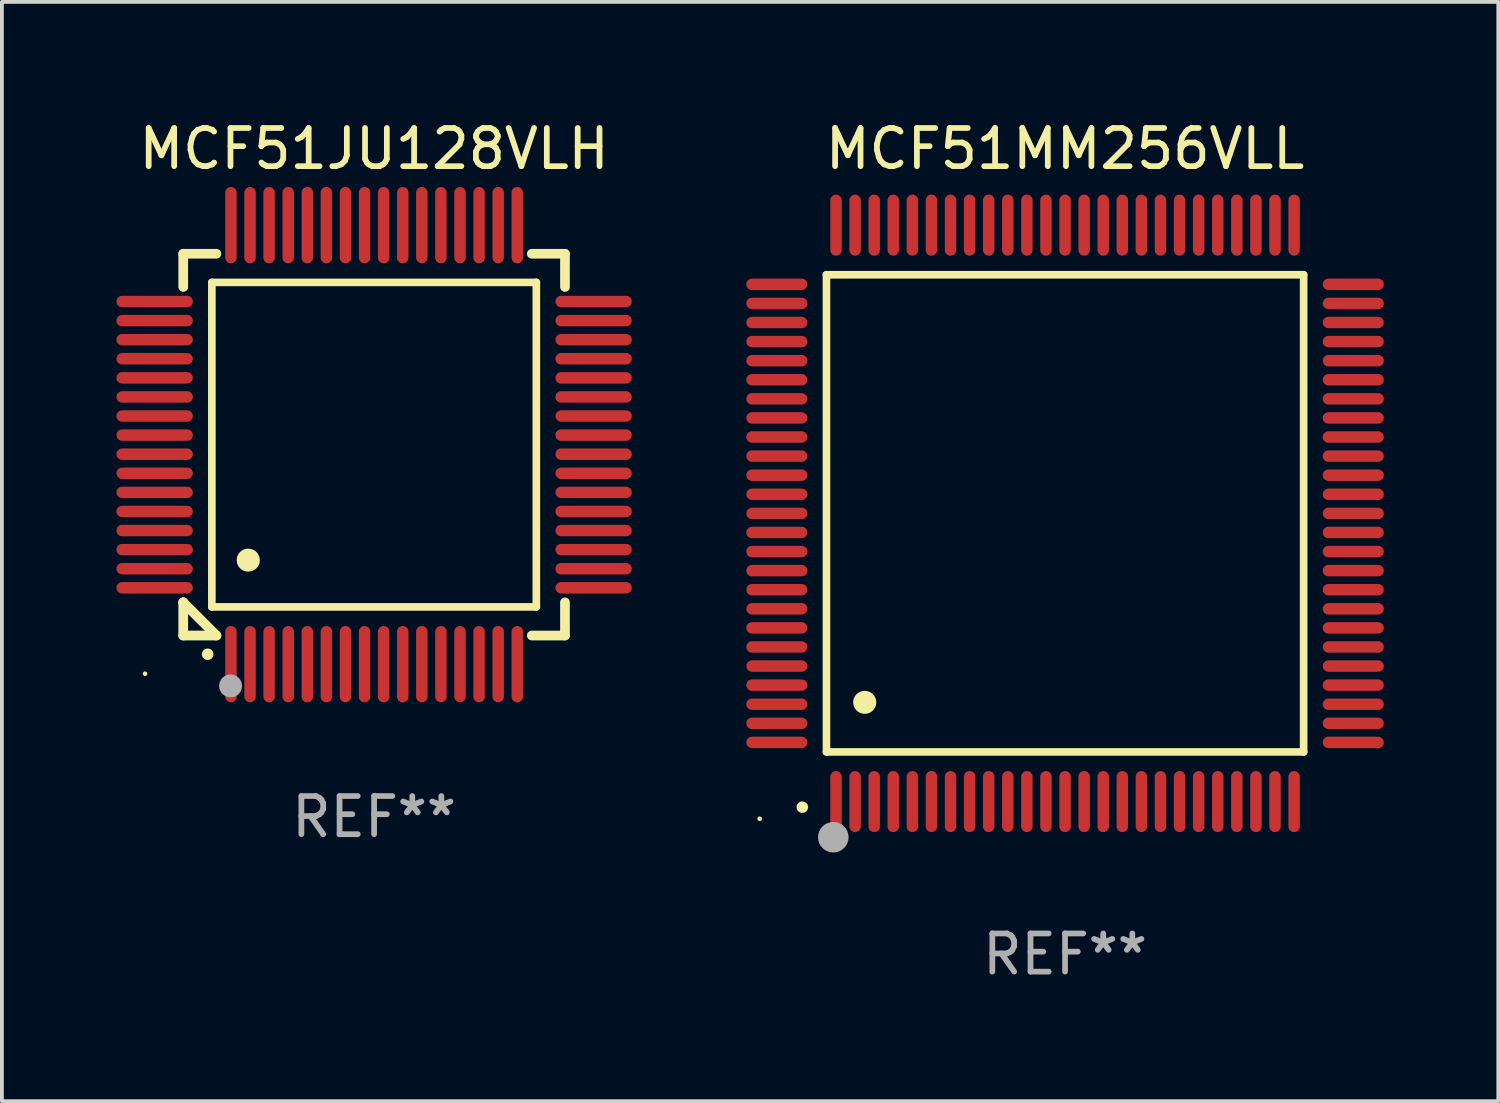
<source format=kicad_pcb>
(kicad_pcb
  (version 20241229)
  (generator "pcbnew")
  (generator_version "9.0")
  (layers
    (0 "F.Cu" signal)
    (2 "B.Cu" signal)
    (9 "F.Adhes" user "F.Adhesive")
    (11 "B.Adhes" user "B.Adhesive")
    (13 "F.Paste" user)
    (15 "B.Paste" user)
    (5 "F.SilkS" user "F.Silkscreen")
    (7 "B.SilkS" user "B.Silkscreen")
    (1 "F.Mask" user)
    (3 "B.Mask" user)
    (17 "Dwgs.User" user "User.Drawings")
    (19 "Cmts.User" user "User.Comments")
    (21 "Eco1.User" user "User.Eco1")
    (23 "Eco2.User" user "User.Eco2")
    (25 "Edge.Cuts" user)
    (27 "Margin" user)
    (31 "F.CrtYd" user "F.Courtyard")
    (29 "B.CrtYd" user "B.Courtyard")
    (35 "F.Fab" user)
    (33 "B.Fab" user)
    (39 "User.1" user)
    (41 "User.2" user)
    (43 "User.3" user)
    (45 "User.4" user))
  (footprint "MCF51JU128VLH"
    (layer "F.Cu")
    (at 6.75 8.598)
    (property "Reference" "MCF51JU128VLH" (at 0 -7.75 0) (layer "F.SilkS") (effects (font (size 1 1) (thickness 0.15))))
    (attr through_hole)
    (fp_line (start -5 -5) (end -4.131 -5) (stroke (width 0.254) (type solid)) (layer "F.SilkS"))
    (fp_line (start -5 -4.131) (end -5 -5) (stroke (width 0.254) (type solid)) (layer "F.SilkS"))
    (fp_line (start -5 4.131) (end -5 4.131) (stroke (width 0.254) (type solid)) (layer "F.SilkS"))
    (fp_line (start -5 5) (end -5 4.131) (stroke (width 0.254) (type solid)) (layer "F.SilkS"))
    (fp_line (start -5 4.131) (end -4.131 5) (stroke (width 0.254) (type solid)) (layer "F.SilkS"))
    (fp_line (start -4.25 -4.25) (end -4.25 4.25) (stroke (width 0.2) (type solid)) (layer "F.SilkS"))
    (fp_line (start -4.25 4.25) (end 4.25 4.25) (stroke (width 0.2) (type solid)) (layer "F.SilkS"))
    (fp_line (start -4.131 5) (end -5 5) (stroke (width 0.254) (type solid)) (layer "F.SilkS"))
    (fp_line (start 4.25 -4.25) (end -4.25 -4.25) (stroke (width 0.2) (type solid)) (layer "F.SilkS"))
    (fp_line (start 4.25 4.25) (end 4.25 -4.25) (stroke (width 0.2) (type solid)) (layer "F.SilkS"))
    (fp_line (start 5 -5) (end 4.131 -5) (stroke (width 0.254) (type solid)) (layer "F.SilkS"))
    (fp_line (start 5 -5) (end 5 -4.131) (stroke (width 0.254) (type solid)) (layer "F.SilkS"))
    (fp_line (start 5 4.131) (end 5 5) (stroke (width 0.254) (type solid)) (layer "F.SilkS"))
    (fp_line (start 5 5) (end 4.131 5) (stroke (width 0.254) (type solid)) (layer "F.SilkS"))
    (fp_arc (start -4.361265 5.489992) (mid -4.359995 5.489987) (end -4.358725 5.489992) (stroke (width 0.3) (type solid)) (layer "F.SilkS"))
    (fp_arc (start -3.299467 3.025146) (mid -3.296927 3.025135) (end -3.294387 3.025146) (stroke (width 0.6) (type solid)) (layer "F.SilkS"))
    (fp_circle (center -6 6) (end -5.97 6) (stroke (width 0.06) (type solid)) (fill no) (layer "F.SilkS"))
    (fp_circle (center -3.76 6.32) (end -3.61 6.32) (stroke (width 0.3) (type solid)) (fill no) (layer "F.Fab"))
    (fp_text user "REF**" (at 0 9.75 0) (layer "F.Fab") (effects (font (size 1 1) (thickness 0.15))))
    (pad "1" smd oval (at -3.75 5.75) (size 0.3 2) (layers "F.Cu" "F.Mask" "F.Paste"))
    (pad "2" smd oval (at -3.25 5.75) (size 0.3 2) (layers "F.Cu" "F.Mask" "F.Paste"))
    (pad "3" smd oval (at -2.75 5.75) (size 0.3 2) (layers "F.Cu" "F.Mask" "F.Paste"))
    (pad "4" smd oval (at -2.25 5.75) (size 0.3 2) (layers "F.Cu" "F.Mask" "F.Paste"))
    (pad "5" smd oval (at -1.75 5.75) (size 0.3 2) (layers "F.Cu" "F.Mask" "F.Paste"))
    (pad "6" smd oval (at -1.25 5.75) (size 0.3 2) (layers "F.Cu" "F.Mask" "F.Paste"))
    (pad "7" smd oval (at -0.75 5.75) (size 0.3 2) (layers "F.Cu" "F.Mask" "F.Paste"))
    (pad "8" smd oval (at -0.25 5.75) (size 0.3 2) (layers "F.Cu" "F.Mask" "F.Paste"))
    (pad "9" smd oval (at 0.25 5.75) (size 0.3 2) (layers "F.Cu" "F.Mask" "F.Paste"))
    (pad "10" smd oval (at 0.75 5.75) (size 0.3 2) (layers "F.Cu" "F.Mask" "F.Paste"))
    (pad "11" smd oval (at 1.25 5.75) (size 0.3 2) (layers "F.Cu" "F.Mask" "F.Paste"))
    (pad "12" smd oval (at 1.75 5.75) (size 0.3 2) (layers "F.Cu" "F.Mask" "F.Paste"))
    (pad "13" smd oval (at 2.25 5.75) (size 0.3 2) (layers "F.Cu" "F.Mask" "F.Paste"))
    (pad "14" smd oval (at 2.75 5.75) (size 0.3 2) (layers "F.Cu" "F.Mask" "F.Paste"))
    (pad "15" smd oval (at 3.25 5.75) (size 0.3 2) (layers "F.Cu" "F.Mask" "F.Paste"))
    (pad "16" smd oval (at 3.75 5.75) (size 0.3 2) (layers "F.Cu" "F.Mask" "F.Paste"))
    (pad "17" smd oval (at 5.75 3.75) (size 2 0.3) (layers "F.Cu" "F.Mask" "F.Paste"))
    (pad "18" smd oval (at 5.75 3.25) (size 2 0.3) (layers "F.Cu" "F.Mask" "F.Paste"))
    (pad "19" smd oval (at 5.75 2.75) (size 2 0.3) (layers "F.Cu" "F.Mask" "F.Paste"))
    (pad "20" smd oval (at 5.75 2.25) (size 2 0.3) (layers "F.Cu" "F.Mask" "F.Paste"))
    (pad "21" smd oval (at 5.75 1.75) (size 2 0.3) (layers "F.Cu" "F.Mask" "F.Paste"))
    (pad "22" smd oval (at 5.75 1.25) (size 2 0.3) (layers "F.Cu" "F.Mask" "F.Paste"))
    (pad "23" smd oval (at 5.75 0.75) (size 2 0.3) (layers "F.Cu" "F.Mask" "F.Paste"))
    (pad "24" smd oval (at 5.75 0.25) (size 2 0.3) (layers "F.Cu" "F.Mask" "F.Paste"))
    (pad "25" smd oval (at 5.75 -0.25) (size 2 0.3) (layers "F.Cu" "F.Mask" "F.Paste"))
    (pad "26" smd oval (at 5.75 -0.75) (size 2 0.3) (layers "F.Cu" "F.Mask" "F.Paste"))
    (pad "27" smd oval (at 5.75 -1.25) (size 2 0.3) (layers "F.Cu" "F.Mask" "F.Paste"))
    (pad "28" smd oval (at 5.75 -1.75) (size 2 0.3) (layers "F.Cu" "F.Mask" "F.Paste"))
    (pad "29" smd oval (at 5.75 -2.25) (size 2 0.3) (layers "F.Cu" "F.Mask" "F.Paste"))
    (pad "30" smd oval (at 5.75 -2.75) (size 2 0.3) (layers "F.Cu" "F.Mask" "F.Paste"))
    (pad "31" smd oval (at 5.75 -3.25) (size 2 0.3) (layers "F.Cu" "F.Mask" "F.Paste"))
    (pad "32" smd oval (at 5.75 -3.75) (size 2 0.3) (layers "F.Cu" "F.Mask" "F.Paste"))
    (pad "33" smd oval (at 3.75 -5.75) (size 0.3 2) (layers "F.Cu" "F.Mask" "F.Paste"))
    (pad "34" smd oval (at 3.25 -5.75) (size 0.3 2) (layers "F.Cu" "F.Mask" "F.Paste"))
    (pad "35" smd oval (at 2.75 -5.75) (size 0.3 2) (layers "F.Cu" "F.Mask" "F.Paste"))
    (pad "36" smd oval (at 2.25 -5.75) (size 0.3 2) (layers "F.Cu" "F.Mask" "F.Paste"))
    (pad "37" smd oval (at 1.75 -5.75) (size 0.3 2) (layers "F.Cu" "F.Mask" "F.Paste"))
    (pad "38" smd oval (at 1.25 -5.75) (size 0.3 2) (layers "F.Cu" "F.Mask" "F.Paste"))
    (pad "39" smd oval (at 0.75 -5.75) (size 0.3 2) (layers "F.Cu" "F.Mask" "F.Paste"))
    (pad "40" smd oval (at 0.25 -5.75) (size 0.3 2) (layers "F.Cu" "F.Mask" "F.Paste"))
    (pad "41" smd oval (at -0.25 -5.75) (size 0.3 2) (layers "F.Cu" "F.Mask" "F.Paste"))
    (pad "42" smd oval (at -0.75 -5.75) (size 0.3 2) (layers "F.Cu" "F.Mask" "F.Paste"))
    (pad "43" smd oval (at -1.25 -5.75) (size 0.3 2) (layers "F.Cu" "F.Mask" "F.Paste"))
    (pad "44" smd oval (at -1.75 -5.75) (size 0.3 2) (layers "F.Cu" "F.Mask" "F.Paste"))
    (pad "45" smd oval (at -2.25 -5.75) (size 0.3 2) (layers "F.Cu" "F.Mask" "F.Paste"))
    (pad "46" smd oval (at -2.75 -5.75) (size 0.3 2) (layers "F.Cu" "F.Mask" "F.Paste"))
    (pad "47" smd oval (at -3.25 -5.75) (size 0.3 2) (layers "F.Cu" "F.Mask" "F.Paste"))
    (pad "48" smd oval (at -3.75 -5.75) (size 0.3 2) (layers "F.Cu" "F.Mask" "F.Paste"))
    (pad "49" smd oval (at -5.75 -3.75) (size 2 0.3) (layers "F.Cu" "F.Mask" "F.Paste"))
    (pad "50" smd oval (at -5.75 -3.25) (size 2 0.3) (layers "F.Cu" "F.Mask" "F.Paste"))
    (pad "51" smd oval (at -5.75 -2.75) (size 2 0.3) (layers "F.Cu" "F.Mask" "F.Paste"))
    (pad "52" smd oval (at -5.75 -2.25) (size 2 0.3) (layers "F.Cu" "F.Mask" "F.Paste"))
    (pad "53" smd oval (at -5.75 -1.75) (size 2 0.3) (layers "F.Cu" "F.Mask" "F.Paste"))
    (pad "54" smd oval (at -5.75 -1.25) (size 2 0.3) (layers "F.Cu" "F.Mask" "F.Paste"))
    (pad "55" smd oval (at -5.75 -0.75) (size 2 0.3) (layers "F.Cu" "F.Mask" "F.Paste"))
    (pad "56" smd oval (at -5.75 -0.25) (size 2 0.3) (layers "F.Cu" "F.Mask" "F.Paste"))
    (pad "57" smd oval (at -5.75 0.25) (size 2 0.3) (layers "F.Cu" "F.Mask" "F.Paste"))
    (pad "58" smd oval (at -5.75 0.75) (size 2 0.3) (layers "F.Cu" "F.Mask" "F.Paste"))
    (pad "59" smd oval (at -5.75 1.25) (size 2 0.3) (layers "F.Cu" "F.Mask" "F.Paste"))
    (pad "60" smd oval (at -5.75 1.75) (size 2 0.3) (layers "F.Cu" "F.Mask" "F.Paste"))
    (pad "61" smd oval (at -5.75 2.25) (size 2 0.3) (layers "F.Cu" "F.Mask" "F.Paste"))
    (pad "62" smd oval (at -5.75 2.75) (size 2 0.3) (layers "F.Cu" "F.Mask" "F.Paste"))
    (pad "63" smd oval (at -5.75 3.25) (size 2 0.3) (layers "F.Cu" "F.Mask" "F.Paste"))
    (pad "64" smd oval (at -5.75 3.75) (size 2 0.3) (layers "F.Cu" "F.Mask" "F.Paste")))
  (footprint "MCF51MM256VLL"
    (layer "F.Cu")
    (at 24.85 10.398)
    (property "Reference" "MCF51MM256VLL" (at 0 -9.55 0) (layer "F.SilkS") (effects (font (size 1 1) (thickness 0.15))))
    (attr through_hole)
    (fp_line (start -6.25 -6.25) (end -6.25 6.25) (stroke (width 0.2) (type solid)) (layer "F.SilkS"))
    (fp_line (start -6.25 6.25) (end 6.25 6.25) (stroke (width 0.2) (type solid)) (layer "F.SilkS"))
    (fp_line (start 6.25 -6.25) (end -6.25 -6.25) (stroke (width 0.2) (type solid)) (layer "F.SilkS"))
    (fp_line (start 6.25 6.25) (end 6.25 -6.25) (stroke (width 0.2) (type solid)) (layer "F.SilkS"))
    (fp_arc (start -6.883414 7.696215) (mid -6.882144 7.69621) (end -6.880874 7.696215) (stroke (width 0.3) (type solid)) (layer "F.SilkS"))
    (fp_arc (start -5.250191 4.95047) (mid -5.247651 4.950459) (end -5.245111 4.95047) (stroke (width 0.6) (type solid)) (layer "F.SilkS"))
    (fp_circle (center -8 8) (end -7.97 8) (stroke (width 0.06) (type solid)) (fill no) (layer "F.SilkS"))
    (fp_circle (center -6.071 8.484) (end -5.871 8.484) (stroke (width 0.4) (type solid)) (fill no) (layer "F.Fab"))
    (fp_text user "REF**" (at 0 11.55 0) (layer "F.Fab") (effects (font (size 1 1) (thickness 0.15))))
    (pad "1" smd oval (at -6 7.55) (size 0.3 1.6) (layers "F.Cu" "F.Mask" "F.Paste"))
    (pad "2" smd oval (at -5.5 7.55) (size 0.3 1.6) (layers "F.Cu" "F.Mask" "F.Paste"))
    (pad "3" smd oval (at -5 7.55) (size 0.3 1.6) (layers "F.Cu" "F.Mask" "F.Paste"))
    (pad "4" smd oval (at -4.5 7.55) (size 0.3 1.6) (layers "F.Cu" "F.Mask" "F.Paste"))
    (pad "5" smd oval (at -4 7.55) (size 0.3 1.6) (layers "F.Cu" "F.Mask" "F.Paste"))
    (pad "6" smd oval (at -3.5 7.55) (size 0.3 1.6) (layers "F.Cu" "F.Mask" "F.Paste"))
    (pad "7" smd oval (at -3 7.55) (size 0.3 1.6) (layers "F.Cu" "F.Mask" "F.Paste"))
    (pad "8" smd oval (at -2.5 7.55) (size 0.3 1.6) (layers "F.Cu" "F.Mask" "F.Paste"))
    (pad "9" smd oval (at -2 7.55) (size 0.3 1.6) (layers "F.Cu" "F.Mask" "F.Paste"))
    (pad "10" smd oval (at -1.5 7.55) (size 0.3 1.6) (layers "F.Cu" "F.Mask" "F.Paste"))
    (pad "11" smd oval (at -1 7.55) (size 0.3 1.6) (layers "F.Cu" "F.Mask" "F.Paste"))
    (pad "12" smd oval (at -0.5 7.55) (size 0.3 1.6) (layers "F.Cu" "F.Mask" "F.Paste"))
    (pad "13" smd oval (at 0 7.55) (size 0.3 1.6) (layers "F.Cu" "F.Mask" "F.Paste"))
    (pad "14" smd oval (at 0.5 7.55) (size 0.3 1.6) (layers "F.Cu" "F.Mask" "F.Paste"))
    (pad "15" smd oval (at 1 7.55) (size 0.3 1.6) (layers "F.Cu" "F.Mask" "F.Paste"))
    (pad "16" smd oval (at 1.5 7.55) (size 0.3 1.6) (layers "F.Cu" "F.Mask" "F.Paste"))
    (pad "17" smd oval (at 2 7.55) (size 0.3 1.6) (layers "F.Cu" "F.Mask" "F.Paste"))
    (pad "18" smd oval (at 2.5 7.55) (size 0.3 1.6) (layers "F.Cu" "F.Mask" "F.Paste"))
    (pad "19" smd oval (at 3 7.55) (size 0.3 1.6) (layers "F.Cu" "F.Mask" "F.Paste"))
    (pad "20" smd oval (at 3.5 7.55) (size 0.3 1.6) (layers "F.Cu" "F.Mask" "F.Paste"))
    (pad "21" smd oval (at 4 7.55) (size 0.3 1.6) (layers "F.Cu" "F.Mask" "F.Paste"))
    (pad "22" smd oval (at 4.5 7.55) (size 0.3 1.6) (layers "F.Cu" "F.Mask" "F.Paste"))
    (pad "23" smd oval (at 5 7.55) (size 0.3 1.6) (layers "F.Cu" "F.Mask" "F.Paste"))
    (pad "24" smd oval (at 5.5 7.55) (size 0.3 1.6) (layers "F.Cu" "F.Mask" "F.Paste"))
    (pad "25" smd oval (at 6 7.55) (size 0.3 1.6) (layers "F.Cu" "F.Mask" "F.Paste"))
    (pad "26" smd oval (at 7.55 6) (size 1.6 0.3) (layers "F.Cu" "F.Mask" "F.Paste"))
    (pad "27" smd oval (at 7.55 5.5) (size 1.6 0.3) (layers "F.Cu" "F.Mask" "F.Paste"))
    (pad "28" smd oval (at 7.55 5) (size 1.6 0.3) (layers "F.Cu" "F.Mask" "F.Paste"))
    (pad "29" smd oval (at 7.55 4.5) (size 1.6 0.3) (layers "F.Cu" "F.Mask" "F.Paste"))
    (pad "30" smd oval (at 7.55 4) (size 1.6 0.3) (layers "F.Cu" "F.Mask" "F.Paste"))
    (pad "31" smd oval (at 7.55 3.5) (size 1.6 0.3) (layers "F.Cu" "F.Mask" "F.Paste"))
    (pad "32" smd oval (at 7.55 3) (size 1.6 0.3) (layers "F.Cu" "F.Mask" "F.Paste"))
    (pad "33" smd oval (at 7.55 2.5) (size 1.6 0.3) (layers "F.Cu" "F.Mask" "F.Paste"))
    (pad "34" smd oval (at 7.55 2) (size 1.6 0.3) (layers "F.Cu" "F.Mask" "F.Paste"))
    (pad "35" smd oval (at 7.55 1.5) (size 1.6 0.3) (layers "F.Cu" "F.Mask" "F.Paste"))
    (pad "36" smd oval (at 7.55 1) (size 1.6 0.3) (layers "F.Cu" "F.Mask" "F.Paste"))
    (pad "37" smd oval (at 7.55 0.5) (size 1.6 0.3) (layers "F.Cu" "F.Mask" "F.Paste"))
    (pad "38" smd oval (at 7.55 0) (size 1.6 0.3) (layers "F.Cu" "F.Mask" "F.Paste"))
    (pad "39" smd oval (at 7.55 -0.5) (size 1.6 0.3) (layers "F.Cu" "F.Mask" "F.Paste"))
    (pad "40" smd oval (at 7.55 -1) (size 1.6 0.3) (layers "F.Cu" "F.Mask" "F.Paste"))
    (pad "41" smd oval (at 7.55 -1.5) (size 1.6 0.3) (layers "F.Cu" "F.Mask" "F.Paste"))
    (pad "42" smd oval (at 7.55 -2) (size 1.6 0.3) (layers "F.Cu" "F.Mask" "F.Paste"))
    (pad "43" smd oval (at 7.55 -2.5) (size 1.6 0.3) (layers "F.Cu" "F.Mask" "F.Paste"))
    (pad "44" smd oval (at 7.55 -3) (size 1.6 0.3) (layers "F.Cu" "F.Mask" "F.Paste"))
    (pad "45" smd oval (at 7.55 -3.5) (size 1.6 0.3) (layers "F.Cu" "F.Mask" "F.Paste"))
    (pad "46" smd oval (at 7.55 -4) (size 1.6 0.3) (layers "F.Cu" "F.Mask" "F.Paste"))
    (pad "47" smd oval (at 7.55 -4.5) (size 1.6 0.3) (layers "F.Cu" "F.Mask" "F.Paste"))
    (pad "48" smd oval (at 7.55 -5) (size 1.6 0.3) (layers "F.Cu" "F.Mask" "F.Paste"))
    (pad "49" smd oval (at 7.55 -5.5) (size 1.6 0.3) (layers "F.Cu" "F.Mask" "F.Paste"))
    (pad "50" smd oval (at 7.55 -6) (size 1.6 0.3) (layers "F.Cu" "F.Mask" "F.Paste"))
    (pad "51" smd oval (at 6 -7.55) (size 0.3 1.6) (layers "F.Cu" "F.Mask" "F.Paste"))
    (pad "52" smd oval (at 5.5 -7.55) (size 0.3 1.6) (layers "F.Cu" "F.Mask" "F.Paste"))
    (pad "53" smd oval (at 5 -7.55) (size 0.3 1.6) (layers "F.Cu" "F.Mask" "F.Paste"))
    (pad "54" smd oval (at 4.5 -7.55) (size 0.3 1.6) (layers "F.Cu" "F.Mask" "F.Paste"))
    (pad "55" smd oval (at 4 -7.55) (size 0.3 1.6) (layers "F.Cu" "F.Mask" "F.Paste"))
    (pad "56" smd oval (at 3.5 -7.55) (size 0.3 1.6) (layers "F.Cu" "F.Mask" "F.Paste"))
    (pad "57" smd oval (at 3 -7.55) (size 0.3 1.6) (layers "F.Cu" "F.Mask" "F.Paste"))
    (pad "58" smd oval (at 2.5 -7.55) (size 0.3 1.6) (layers "F.Cu" "F.Mask" "F.Paste"))
    (pad "59" smd oval (at 2 -7.55) (size 0.3 1.6) (layers "F.Cu" "F.Mask" "F.Paste"))
    (pad "60" smd oval (at 1.5 -7.55) (size 0.3 1.6) (layers "F.Cu" "F.Mask" "F.Paste"))
    (pad "61" smd oval (at 1 -7.55) (size 0.3 1.6) (layers "F.Cu" "F.Mask" "F.Paste"))
    (pad "62" smd oval (at 0.5 -7.55) (size 0.3 1.6) (layers "F.Cu" "F.Mask" "F.Paste"))
    (pad "63" smd oval (at 0 -7.55) (size 0.3 1.6) (layers "F.Cu" "F.Mask" "F.Paste"))
    (pad "64" smd oval (at -0.5 -7.55) (size 0.3 1.6) (layers "F.Cu" "F.Mask" "F.Paste"))
    (pad "65" smd oval (at -1 -7.55) (size 0.3 1.6) (layers "F.Cu" "F.Mask" "F.Paste"))
    (pad "66" smd oval (at -1.5 -7.55) (size 0.3 1.6) (layers "F.Cu" "F.Mask" "F.Paste"))
    (pad "67" smd oval (at -2 -7.55) (size 0.3 1.6) (layers "F.Cu" "F.Mask" "F.Paste"))
    (pad "68" smd oval (at -2.5 -7.55) (size 0.3 1.6) (layers "F.Cu" "F.Mask" "F.Paste"))
    (pad "69" smd oval (at -3 -7.55) (size 0.3 1.6) (layers "F.Cu" "F.Mask" "F.Paste"))
    (pad "70" smd oval (at -3.5 -7.55) (size 0.3 1.6) (layers "F.Cu" "F.Mask" "F.Paste"))
    (pad "71" smd oval (at -4 -7.55) (size 0.3 1.6) (layers "F.Cu" "F.Mask" "F.Paste"))
    (pad "72" smd oval (at -4.5 -7.55) (size 0.3 1.6) (layers "F.Cu" "F.Mask" "F.Paste"))
    (pad "73" smd oval (at -5 -7.55) (size 0.3 1.6) (layers "F.Cu" "F.Mask" "F.Paste"))
    (pad "74" smd oval (at -5.5 -7.55) (size 0.3 1.6) (layers "F.Cu" "F.Mask" "F.Paste"))
    (pad "75" smd oval (at -6 -7.55) (size 0.3 1.6) (layers "F.Cu" "F.Mask" "F.Paste"))
    (pad "76" smd oval (at -7.55 -6) (size 1.6 0.3) (layers "F.Cu" "F.Mask" "F.Paste"))
    (pad "77" smd oval (at -7.55 -5.5) (size 1.6 0.3) (layers "F.Cu" "F.Mask" "F.Paste"))
    (pad "78" smd oval (at -7.55 -5) (size 1.6 0.3) (layers "F.Cu" "F.Mask" "F.Paste"))
    (pad "79" smd oval (at -7.55 -4.5) (size 1.6 0.3) (layers "F.Cu" "F.Mask" "F.Paste"))
    (pad "80" smd oval (at -7.55 -4) (size 1.6 0.3) (layers "F.Cu" "F.Mask" "F.Paste"))
    (pad "81" smd oval (at -7.55 -3.5) (size 1.6 0.3) (layers "F.Cu" "F.Mask" "F.Paste"))
    (pad "82" smd oval (at -7.55 -3) (size 1.6 0.3) (layers "F.Cu" "F.Mask" "F.Paste"))
    (pad "83" smd oval (at -7.55 -2.5) (size 1.6 0.3) (layers "F.Cu" "F.Mask" "F.Paste"))
    (pad "84" smd oval (at -7.55 -2) (size 1.6 0.3) (layers "F.Cu" "F.Mask" "F.Paste"))
    (pad "85" smd oval (at -7.55 -1.5) (size 1.6 0.3) (layers "F.Cu" "F.Mask" "F.Paste"))
    (pad "86" smd oval (at -7.55 -1) (size 1.6 0.3) (layers "F.Cu" "F.Mask" "F.Paste"))
    (pad "87" smd oval (at -7.55 -0.5) (size 1.6 0.3) (layers "F.Cu" "F.Mask" "F.Paste"))
    (pad "88" smd oval (at -7.55 0) (size 1.6 0.3) (layers "F.Cu" "F.Mask" "F.Paste"))
    (pad "89" smd oval (at -7.55 0.5) (size 1.6 0.3) (layers "F.Cu" "F.Mask" "F.Paste"))
    (pad "90" smd oval (at -7.55 1) (size 1.6 0.3) (layers "F.Cu" "F.Mask" "F.Paste"))
    (pad "91" smd oval (at -7.55 1.5) (size 1.6 0.3) (layers "F.Cu" "F.Mask" "F.Paste"))
    (pad "92" smd oval (at -7.55 2) (size 1.6 0.3) (layers "F.Cu" "F.Mask" "F.Paste"))
    (pad "93" smd oval (at -7.55 2.5) (size 1.6 0.3) (layers "F.Cu" "F.Mask" "F.Paste"))
    (pad "94" smd oval (at -7.55 3) (size 1.6 0.3) (layers "F.Cu" "F.Mask" "F.Paste"))
    (pad "95" smd oval (at -7.55 3.5) (size 1.6 0.3) (layers "F.Cu" "F.Mask" "F.Paste"))
    (pad "96" smd oval (at -7.55 4) (size 1.6 0.3) (layers "F.Cu" "F.Mask" "F.Paste"))
    (pad "97" smd oval (at -7.55 4.5) (size 1.6 0.3) (layers "F.Cu" "F.Mask" "F.Paste"))
    (pad "98" smd oval (at -7.55 5) (size 1.6 0.3) (layers "F.Cu" "F.Mask" "F.Paste"))
    (pad "99" smd oval (at -7.55 5.5) (size 1.6 0.3) (layers "F.Cu" "F.Mask" "F.Paste"))
    (pad "100" smd oval (at -7.55 6) (size 1.6 0.3) (layers "F.Cu" "F.Mask" "F.Paste")))
  (gr_rect
    (start -3 -3)
    (end 36.199 25.796)
    (stroke (width 0.1) (type default))
    (fill no)
    (layer "Edge.Cuts")))
</source>
